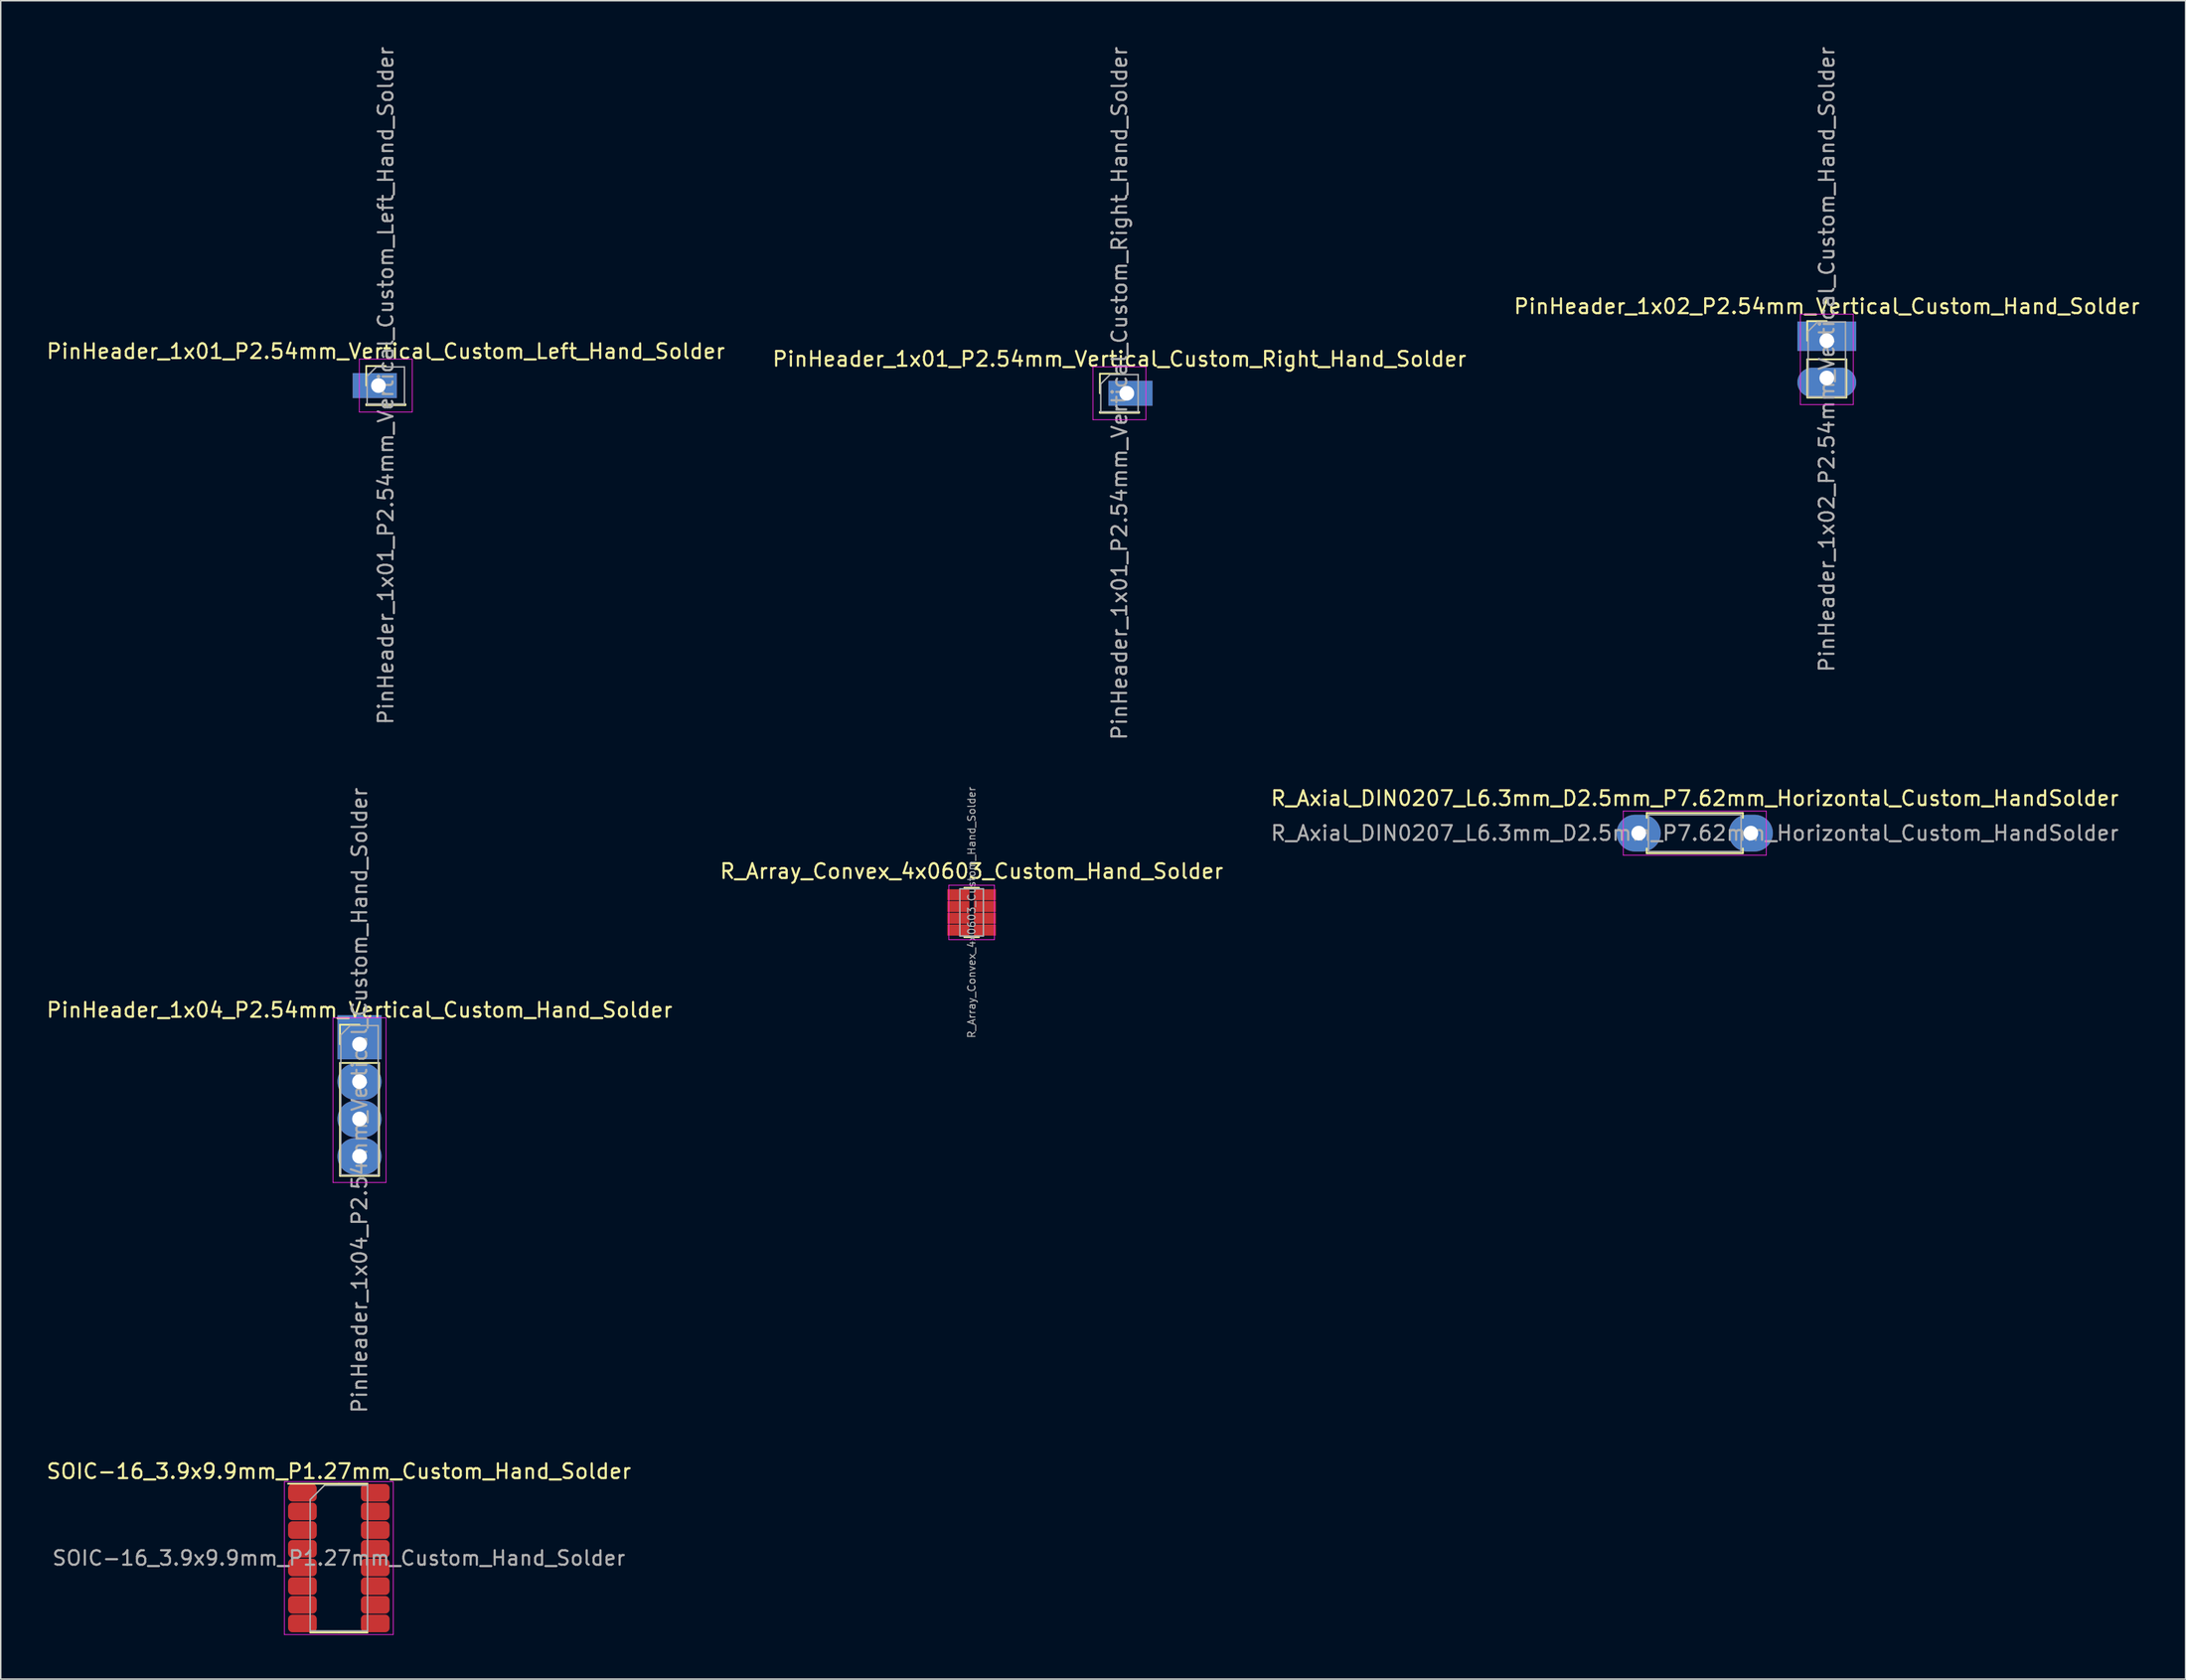
<source format=kicad_pcb>
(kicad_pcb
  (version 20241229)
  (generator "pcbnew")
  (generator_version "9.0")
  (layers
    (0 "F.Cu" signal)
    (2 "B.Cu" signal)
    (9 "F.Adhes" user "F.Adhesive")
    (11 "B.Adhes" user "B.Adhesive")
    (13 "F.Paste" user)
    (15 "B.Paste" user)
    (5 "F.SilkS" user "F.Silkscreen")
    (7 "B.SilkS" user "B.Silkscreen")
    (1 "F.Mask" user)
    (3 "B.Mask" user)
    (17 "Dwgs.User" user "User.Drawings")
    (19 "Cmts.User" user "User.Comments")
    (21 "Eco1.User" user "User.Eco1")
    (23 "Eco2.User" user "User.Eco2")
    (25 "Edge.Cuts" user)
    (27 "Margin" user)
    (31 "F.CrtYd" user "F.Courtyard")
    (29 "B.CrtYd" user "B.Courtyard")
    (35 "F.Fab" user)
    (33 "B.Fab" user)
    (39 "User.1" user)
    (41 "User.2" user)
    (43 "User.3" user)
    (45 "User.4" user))
  (footprint "SOIC-16_3.9x9.9mm_P1.27mm_Custom_Hand_Solder"
    (layer "F.Cu")
    (at 19.982 102.915)
    (property "Reference" "SOIC-16_3.9x9.9mm_P1.27mm_Custom_Hand_Solder" (at 0 -5.9 0) (layer "F.SilkS") (effects (font (size 1 1) (thickness 0.15))))
    (attr smd)
    (fp_line (start 0 -5.06) (end -3.45 -5.06) (stroke (width 0.12) (type solid)) (layer "F.SilkS"))
    (fp_line (start 0 -5.06) (end 1.95 -5.06) (stroke (width 0.12) (type solid)) (layer "F.SilkS"))
    (fp_line (start 0 5.06) (end -1.95 5.06) (stroke (width 0.12) (type solid)) (layer "F.SilkS"))
    (fp_line (start 0 5.06) (end 1.95 5.06) (stroke (width 0.12) (type solid)) (layer "F.SilkS"))
    (fp_line (start -3.7 -5.2) (end -3.7 5.2) (stroke (width 0.05) (type solid)) (layer "F.CrtYd"))
    (fp_line (start -3.7 5.2) (end 3.7 5.2) (stroke (width 0.05) (type solid)) (layer "F.CrtYd"))
    (fp_line (start 3.7 -5.2) (end -3.7 -5.2) (stroke (width 0.05) (type solid)) (layer "F.CrtYd"))
    (fp_line (start 3.7 5.2) (end 3.7 -5.2) (stroke (width 0.05) (type solid)) (layer "F.CrtYd"))
    (fp_line (start -1.95 -3.975) (end -0.975 -4.95) (stroke (width 0.1) (type solid)) (layer "F.Fab"))
    (fp_line (start -1.95 4.95) (end -1.95 -3.975) (stroke (width 0.1) (type solid)) (layer "F.Fab"))
    (fp_line (start -0.975 -4.95) (end 1.95 -4.95) (stroke (width 0.1) (type solid)) (layer "F.Fab"))
    (fp_line (start 1.95 -4.95) (end 1.95 4.95) (stroke (width 0.1) (type solid)) (layer "F.Fab"))
    (fp_line (start 1.95 4.95) (end -1.95 4.95) (stroke (width 0.1) (type solid)) (layer "F.Fab"))
    (fp_text user "${REFERENCE}" (at 0 0 0) (layer "F.Fab") (effects (font (size 0.98 0.98) (thickness 0.15))))
    (pad "1" smd roundrect (at -2.475 -4.445) (size 1.95 1.2) (layers "F.Cu" "F.Mask" "F.Paste") (roundrect_rratio 0.25))
    (pad "2" smd roundrect (at -2.475 -3.175) (size 1.95 1.2) (layers "F.Cu" "F.Mask" "F.Paste") (roundrect_rratio 0.25))
    (pad "3" smd roundrect (at -2.475 -1.905) (size 1.95 1.2) (layers "F.Cu" "F.Mask" "F.Paste") (roundrect_rratio 0.25))
    (pad "4" smd roundrect (at -2.475 -0.635) (size 1.95 1.2) (layers "F.Cu" "F.Mask" "F.Paste") (roundrect_rratio 0.25))
    (pad "5" smd roundrect (at -2.475 0.635) (size 1.95 1.2) (layers "F.Cu" "F.Mask" "F.Paste") (roundrect_rratio 0.25))
    (pad "6" smd roundrect (at -2.475 1.905) (size 1.95 1.2) (layers "F.Cu" "F.Mask" "F.Paste") (roundrect_rratio 0.25))
    (pad "7" smd roundrect (at -2.475 3.175) (size 1.95 1.2) (layers "F.Cu" "F.Mask" "F.Paste") (roundrect_rratio 0.25))
    (pad "8" smd roundrect (at -2.475 4.445) (size 1.95 1.2) (layers "F.Cu" "F.Mask" "F.Paste") (roundrect_rratio 0.25))
    (pad "9" smd roundrect (at 2.475 4.445) (size 1.95 1.2) (layers "F.Cu" "F.Mask" "F.Paste") (roundrect_rratio 0.25))
    (pad "10" smd roundrect (at 2.475 3.175) (size 1.95 1.2) (layers "F.Cu" "F.Mask" "F.Paste") (roundrect_rratio 0.25))
    (pad "11" smd roundrect (at 2.475 1.905) (size 1.95 1.2) (layers "F.Cu" "F.Mask" "F.Paste") (roundrect_rratio 0.25))
    (pad "12" smd roundrect (at 2.475 0.635) (size 1.95 1.2) (layers "F.Cu" "F.Mask" "F.Paste") (roundrect_rratio 0.25))
    (pad "13" smd roundrect (at 2.475 -0.635) (size 1.95 1.2) (layers "F.Cu" "F.Mask" "F.Paste") (roundrect_rratio 0.25))
    (pad "14" smd roundrect (at 2.475 -1.905) (size 1.95 1.2) (layers "F.Cu" "F.Mask" "F.Paste") (roundrect_rratio 0.25))
    (pad "15" smd roundrect (at 2.475 -3.175) (size 1.95 1.2) (layers "F.Cu" "F.Mask" "F.Paste") (roundrect_rratio 0.25))
    (pad "16" smd roundrect (at 2.475 -4.445) (size 1.95 1.2) (layers "F.Cu" "F.Mask" "F.Paste") (roundrect_rratio 0.25)))
  (footprint "PinHeader_1x01_P2.54mm_Vertical_Custom_Left_Hand_Solder"
    (layer "F.Cu")
    (at 23.173 23.173)
    (property "Reference" "PinHeader_1x01_P2.54mm_Vertical_Custom_Left_Hand_Solder" (at 0 -2.33 0) (layer "F.SilkS") (effects (font (size 1 1) (thickness 0.15))))
    (attr through_hole)
    (fp_line (start -1.33 -1.33) (end 0 -1.33) (stroke (width 0.12) (type solid)) (layer "F.SilkS"))
    (fp_line (start -1.33 0) (end -1.33 -1.33) (stroke (width 0.12) (type solid)) (layer "F.SilkS"))
    (fp_line (start -1.33 1.27) (end -1.33 1.33) (stroke (width 0.12) (type solid)) (layer "F.SilkS"))
    (fp_line (start -1.33 1.27) (end 1.33 1.27) (stroke (width 0.12) (type solid)) (layer "F.SilkS"))
    (fp_line (start -1.33 1.33) (end 1.33 1.33) (stroke (width 0.12) (type solid)) (layer "F.SilkS"))
    (fp_line (start 1.33 1.27) (end 1.33 1.33) (stroke (width 0.12) (type solid)) (layer "F.SilkS"))
    (fp_line (start -1.8 -1.8) (end -1.8 1.8) (stroke (width 0.05) (type solid)) (layer "F.CrtYd"))
    (fp_line (start -1.8 1.8) (end 1.8 1.8) (stroke (width 0.05) (type solid)) (layer "F.CrtYd"))
    (fp_line (start 1.8 -1.8) (end -1.8 -1.8) (stroke (width 0.05) (type solid)) (layer "F.CrtYd"))
    (fp_line (start 1.8 1.8) (end 1.8 -1.8) (stroke (width 0.05) (type solid)) (layer "F.CrtYd"))
    (fp_line (start -1.27 -0.635) (end -0.635 -1.27) (stroke (width 0.1) (type solid)) (layer "F.Fab"))
    (fp_line (start -1.27 1.27) (end -1.27 -0.635) (stroke (width 0.1) (type solid)) (layer "F.Fab"))
    (fp_line (start -0.635 -1.27) (end 1.27 -1.27) (stroke (width 0.1) (type solid)) (layer "F.Fab"))
    (fp_line (start 1.27 -1.27) (end 1.27 1.27) (stroke (width 0.1) (type solid)) (layer "F.Fab"))
    (fp_line (start 1.27 1.27) (end -1.27 1.27) (stroke (width 0.1) (type solid)) (layer "F.Fab"))
    (fp_text user "${REFERENCE}" (at 0 0 90) (layer "F.Fab") (effects (font (size 1 1) (thickness 0.15))))
    (pad "1" thru_hole rect (at -0.5 0) (size 3 1.7) (drill 1 (offset -0.25 0)) (layers "*.Cu" "*.Mask")))
  (footprint "PinHeader_1x04_P2.54mm_Vertical_Custom_Hand_Solder"
    (layer "F.Cu")
    (at 21.387 67.97)
    (property "Reference" "PinHeader_1x04_P2.54mm_Vertical_Custom_Hand_Solder" (at 0 -2.33 180) (layer "F.SilkS") (effects (font (size 1 1) (thickness 0.15))))
    (attr through_hole)
    (fp_line (start -1.33 -1.33) (end 0 -1.33) (stroke (width 0.12) (type solid)) (layer "F.SilkS"))
    (fp_line (start -1.33 0) (end -1.33 -1.33) (stroke (width 0.12) (type solid)) (layer "F.SilkS"))
    (fp_line (start -1.33 1.27) (end -1.33 8.95) (stroke (width 0.12) (type solid)) (layer "F.SilkS"))
    (fp_line (start -1.33 1.27) (end 1.33 1.27) (stroke (width 0.12) (type solid)) (layer "F.SilkS"))
    (fp_line (start -1.33 8.95) (end 1.33 8.95) (stroke (width 0.12) (type solid)) (layer "F.SilkS"))
    (fp_line (start 1.33 1.27) (end 1.33 8.95) (stroke (width 0.12) (type solid)) (layer "F.SilkS"))
    (fp_line (start -1.8 -1.8) (end -1.8 9.4) (stroke (width 0.05) (type solid)) (layer "F.CrtYd"))
    (fp_line (start -1.8 9.4) (end 1.8 9.4) (stroke (width 0.05) (type solid)) (layer "F.CrtYd"))
    (fp_line (start 1.8 -1.8) (end -1.8 -1.8) (stroke (width 0.05) (type solid)) (layer "F.CrtYd"))
    (fp_line (start 1.8 9.4) (end 1.8 -1.8) (stroke (width 0.05) (type solid)) (layer "F.CrtYd"))
    (fp_line (start -1.27 -0.635) (end -0.635 -1.27) (stroke (width 0.1) (type solid)) (layer "F.Fab"))
    (fp_line (start -1.27 8.89) (end -1.27 -0.635) (stroke (width 0.1) (type solid)) (layer "F.Fab"))
    (fp_line (start -0.635 -1.27) (end 1.27 -1.27) (stroke (width 0.1) (type solid)) (layer "F.Fab"))
    (fp_line (start 1.27 -1.27) (end 1.27 8.89) (stroke (width 0.1) (type solid)) (layer "F.Fab"))
    (fp_line (start 1.27 8.89) (end -1.27 8.89) (stroke (width 0.1) (type solid)) (layer "F.Fab"))
    (fp_text user "${REFERENCE}" (at 0 3.81 270) (layer "F.Fab") (effects (font (size 1 1) (thickness 0.15))))
    (pad "1" thru_hole rect (at 0 0) (size 3 3) (drill 1 (offset 0 -0.48)) (layers "*.Cu" "*.Mask"))
    (pad "2" thru_hole oval (at 0 2.54) (size 3 2.5) (drill 1) (layers "*.Cu" "*.Mask"))
    (pad "3" thru_hole oval (at 0 5.08) (size 3 2.5) (drill 1) (layers "*.Cu" "*.Mask"))
    (pad "4" thru_hole oval (at 0 7.62) (size 3 2.5) (drill 1) (layers "*.Cu" "*.Mask")))
  (footprint "R_Axial_DIN0207_L6.3mm_D2.5mm_P7.62mm_Horizontal_Custom_HandSolder"
    (layer "F.Cu")
    (at 108.339 53.611)
    (property "Reference" "R_Axial_DIN0207_L6.3mm_D2.5mm_P7.62mm_Horizontal_Custom_HandSolder" (at 3.81 -2.37 0) (layer "F.SilkS") (effects (font (size 1 1) (thickness 0.15))))
    (attr through_hole)
    (fp_line (start 0.54 -1.37) (end 7.08 -1.37) (stroke (width 0.12) (type solid)) (layer "F.SilkS"))
    (fp_line (start 0.54 -1.04) (end 0.54 -1.37) (stroke (width 0.12) (type solid)) (layer "F.SilkS"))
    (fp_line (start 0.54 1.04) (end 0.54 1.37) (stroke (width 0.12) (type solid)) (layer "F.SilkS"))
    (fp_line (start 0.54 1.37) (end 7.08 1.37) (stroke (width 0.12) (type solid)) (layer "F.SilkS"))
    (fp_line (start 7.08 -1.37) (end 7.08 -1.04) (stroke (width 0.12) (type solid)) (layer "F.SilkS"))
    (fp_line (start 7.08 1.37) (end 7.08 1.04) (stroke (width 0.12) (type solid)) (layer "F.SilkS"))
    (fp_line (start -1.05 -1.5) (end -1.05 1.5) (stroke (width 0.05) (type solid)) (layer "F.CrtYd"))
    (fp_line (start -1.05 1.5) (end 8.67 1.5) (stroke (width 0.05) (type solid)) (layer "F.CrtYd"))
    (fp_line (start 8.67 -1.5) (end -1.05 -1.5) (stroke (width 0.05) (type solid)) (layer "F.CrtYd"))
    (fp_line (start 8.67 1.5) (end 8.67 -1.5) (stroke (width 0.05) (type solid)) (layer "F.CrtYd"))
    (fp_line (start 0 0) (end 0.66 0) (stroke (width 0.1) (type solid)) (layer "F.Fab"))
    (fp_line (start 0.66 -1.25) (end 0.66 1.25) (stroke (width 0.1) (type solid)) (layer "F.Fab"))
    (fp_line (start 0.66 1.25) (end 6.96 1.25) (stroke (width 0.1) (type solid)) (layer "F.Fab"))
    (fp_line (start 6.96 -1.25) (end 0.66 -1.25) (stroke (width 0.1) (type solid)) (layer "F.Fab"))
    (fp_line (start 6.96 1.25) (end 6.96 -1.25) (stroke (width 0.1) (type solid)) (layer "F.Fab"))
    (fp_line (start 7.62 0) (end 6.96 0) (stroke (width 0.1) (type solid)) (layer "F.Fab"))
    (fp_text user "${REFERENCE}" (at 3.81 0 0) (layer "F.Fab") (effects (font (size 1 1) (thickness 0.15))))
    (pad "1" thru_hole oval (at 0 0) (size 3 2.5) (drill 1) (layers "*.Cu" "*.Mask"))
    (pad "2" thru_hole oval (at 7.62 0) (size 3 2.5) (drill 1) (layers "*.Cu" "*.Mask")))
  (footprint "R_Array_Convex_4x0603_Custom_Hand_Solder"
    (layer "F.Cu")
    (at 62.994 59.003)
    (property "Reference" "R_Array_Convex_4x0603_Custom_Hand_Solder" (at 0 -2.8 0) (layer "F.SilkS") (effects (font (size 1 1) (thickness 0.15))))
    (attr smd)
    (fp_line (start 0.5 -1.68) (end -0.5 -1.68) (stroke (width 0.12) (type solid)) (layer "F.SilkS"))
    (fp_line (start 0.5 1.68) (end -0.5 1.68) (stroke (width 0.12) (type solid)) (layer "F.SilkS"))
    (fp_line (start -1.55 -1.85) (end -1.55 1.85) (stroke (width 0.05) (type solid)) (layer "F.CrtYd"))
    (fp_line (start -1.55 -1.85) (end 1.55 -1.85) (stroke (width 0.05) (type solid)) (layer "F.CrtYd"))
    (fp_line (start 1.55 1.85) (end -1.55 1.85) (stroke (width 0.05) (type solid)) (layer "F.CrtYd"))
    (fp_line (start 1.55 1.85) (end 1.55 -1.85) (stroke (width 0.05) (type solid)) (layer "F.CrtYd"))
    (fp_line (start -0.8 -1.6) (end 0.8 -1.6) (stroke (width 0.1) (type solid)) (layer "F.Fab"))
    (fp_line (start -0.8 1.6) (end -0.8 -1.6) (stroke (width 0.1) (type solid)) (layer "F.Fab"))
    (fp_line (start 0.8 -1.6) (end 0.8 1.6) (stroke (width 0.1) (type solid)) (layer "F.Fab"))
    (fp_line (start 0.8 1.6) (end -0.8 1.6) (stroke (width 0.1) (type solid)) (layer "F.Fab"))
    (fp_text user "${REFERENCE}" (at 0 0 90) (layer "F.Fab") (effects (font (size 0.5 0.5) (thickness 0.075))))
    (pad "1" smd rect (at -0.9 -1.2) (size 1.5 0.75) (layers "F.Cu" "F.Mask" "F.Paste"))
    (pad "2" smd rect (at -0.9 -0.4) (size 1.5 0.75) (layers "F.Cu" "F.Mask" "F.Paste"))
    (pad "3" smd rect (at -0.9 0.4) (size 1.5 0.75) (layers "F.Cu" "F.Mask" "F.Paste"))
    (pad "4" smd rect (at -0.9 1.2) (size 1.5 0.75) (layers "F.Cu" "F.Mask" "F.Paste"))
    (pad "5" smd rect (at 0.9 1.2) (size 1.5 0.75) (layers "F.Cu" "F.Mask" "F.Paste"))
    (pad "6" smd rect (at 0.9 0.4) (size 1.5 0.75) (layers "F.Cu" "F.Mask" "F.Paste"))
    (pad "7" smd rect (at 0.9 -0.4) (size 1.5 0.75) (layers "F.Cu" "F.Mask" "F.Paste"))
    (pad "8" smd rect (at 0.9 -1.2) (size 1.5 0.75) (layers "F.Cu" "F.Mask" "F.Paste")))
  (footprint "PinHeader_1x02_P2.54mm_Vertical_Custom_Hand_Solder"
    (layer "F.Cu")
    (at 121.125 21.367)
    (property "Reference" "PinHeader_1x02_P2.54mm_Vertical_Custom_Hand_Solder" (at 0 -3.58 0) (layer "F.SilkS") (effects (font (size 1 1) (thickness 0.15))))
    (attr through_hole)
    (fp_line (start -1.33 -2.58) (end 0 -2.58) (stroke (width 0.12) (type solid)) (layer "F.SilkS"))
    (fp_line (start -1.33 -1.25) (end -1.33 -2.58) (stroke (width 0.12) (type solid)) (layer "F.SilkS"))
    (fp_line (start -1.33 0.02) (end -1.33 2.62) (stroke (width 0.12) (type solid)) (layer "F.SilkS"))
    (fp_line (start -1.33 0.02) (end 1.33 0.02) (stroke (width 0.12) (type solid)) (layer "F.SilkS"))
    (fp_line (start -1.33 2.62) (end 1.33 2.62) (stroke (width 0.12) (type solid)) (layer "F.SilkS"))
    (fp_line (start 1.33 0.02) (end 1.33 2.62) (stroke (width 0.12) (type solid)) (layer "F.SilkS"))
    (fp_line (start -1.8 -3.05) (end -1.8 3.1) (stroke (width 0.05) (type solid)) (layer "F.CrtYd"))
    (fp_line (start -1.8 3.1) (end 1.8 3.1) (stroke (width 0.05) (type solid)) (layer "F.CrtYd"))
    (fp_line (start 1.8 -3.05) (end -1.8 -3.05) (stroke (width 0.05) (type solid)) (layer "F.CrtYd"))
    (fp_line (start 1.8 3.1) (end 1.8 -3.05) (stroke (width 0.05) (type solid)) (layer "F.CrtYd"))
    (fp_line (start -1.27 -1.885) (end -0.635 -2.52) (stroke (width 0.1) (type solid)) (layer "F.Fab"))
    (fp_line (start -1.27 2.56) (end -1.27 -1.885) (stroke (width 0.1) (type solid)) (layer "F.Fab"))
    (fp_line (start -0.635 -2.52) (end 1.27 -2.52) (stroke (width 0.1) (type solid)) (layer "F.Fab"))
    (fp_line (start 1.27 -2.52) (end 1.27 2.56) (stroke (width 0.1) (type solid)) (layer "F.Fab"))
    (fp_line (start 1.27 2.56) (end -1.27 2.56) (stroke (width 0.1) (type solid)) (layer "F.Fab"))
    (fp_text user "${REFERENCE}" (at 0 0.02 90) (layer "F.Fab") (effects (font (size 1 1) (thickness 0.15))))
    (pad "1" thru_hole rect (at 0 -1.25) (size 4 2) (drill 1 (offset 0 -0.3)) (layers "*.Cu" "*.Mask"))
    (pad "2" thru_hole oval (at 0 1.29) (size 4 2) (drill 1 (offset 0 0.3)) (layers "*.Cu" "*.Mask")))
  (footprint "PinHeader_1x01_P2.54mm_Vertical_Custom_Right_Hand_Solder"
    (layer "F.Cu")
    (at 73.042 23.696)
    (property "Reference" "PinHeader_1x01_P2.54mm_Vertical_Custom_Right_Hand_Solder" (at 0 -2.33 0) (layer "F.SilkS") (effects (font (size 1 1) (thickness 0.15))))
    (attr through_hole)
    (fp_line (start -1.33 -1.33) (end 0 -1.33) (stroke (width 0.12) (type solid)) (layer "F.SilkS"))
    (fp_line (start -1.33 0) (end -1.33 -1.33) (stroke (width 0.12) (type solid)) (layer "F.SilkS"))
    (fp_line (start -1.33 1.27) (end -1.33 1.33) (stroke (width 0.12) (type solid)) (layer "F.SilkS"))
    (fp_line (start -1.33 1.27) (end 1.33 1.27) (stroke (width 0.12) (type solid)) (layer "F.SilkS"))
    (fp_line (start -1.33 1.33) (end 1.33 1.33) (stroke (width 0.12) (type solid)) (layer "F.SilkS"))
    (fp_line (start 1.33 1.27) (end 1.33 1.33) (stroke (width 0.12) (type solid)) (layer "F.SilkS"))
    (fp_line (start -1.8 -1.8) (end -1.8 1.8) (stroke (width 0.05) (type solid)) (layer "F.CrtYd"))
    (fp_line (start -1.8 1.8) (end 1.8 1.8) (stroke (width 0.05) (type solid)) (layer "F.CrtYd"))
    (fp_line (start 1.8 -1.8) (end -1.8 -1.8) (stroke (width 0.05) (type solid)) (layer "F.CrtYd"))
    (fp_line (start 1.8 1.8) (end 1.8 -1.8) (stroke (width 0.05) (type solid)) (layer "F.CrtYd"))
    (fp_line (start -1.27 -0.635) (end -0.635 -1.27) (stroke (width 0.1) (type solid)) (layer "F.Fab"))
    (fp_line (start -1.27 1.27) (end -1.27 -0.635) (stroke (width 0.1) (type solid)) (layer "F.Fab"))
    (fp_line (start -0.635 -1.27) (end 1.27 -1.27) (stroke (width 0.1) (type solid)) (layer "F.Fab"))
    (fp_line (start 1.27 -1.27) (end 1.27 1.27) (stroke (width 0.1) (type solid)) (layer "F.Fab"))
    (fp_line (start 1.27 1.27) (end -1.27 1.27) (stroke (width 0.1) (type solid)) (layer "F.Fab"))
    (fp_text user "${REFERENCE}" (at 0 0 90) (layer "F.Fab") (effects (font (size 1 1) (thickness 0.15))))
    (pad "1" thru_hole rect (at 0.5 0) (size 3 1.7) (drill 1 (offset 0.25 0)) (layers "*.Cu" "*.Mask")))
  (gr_rect
    (start -3 -3)
    (end 145.512 111.14)
    (stroke (width 0.1) (type default))
    (fill no)
    (layer "Edge.Cuts")))
</source>
